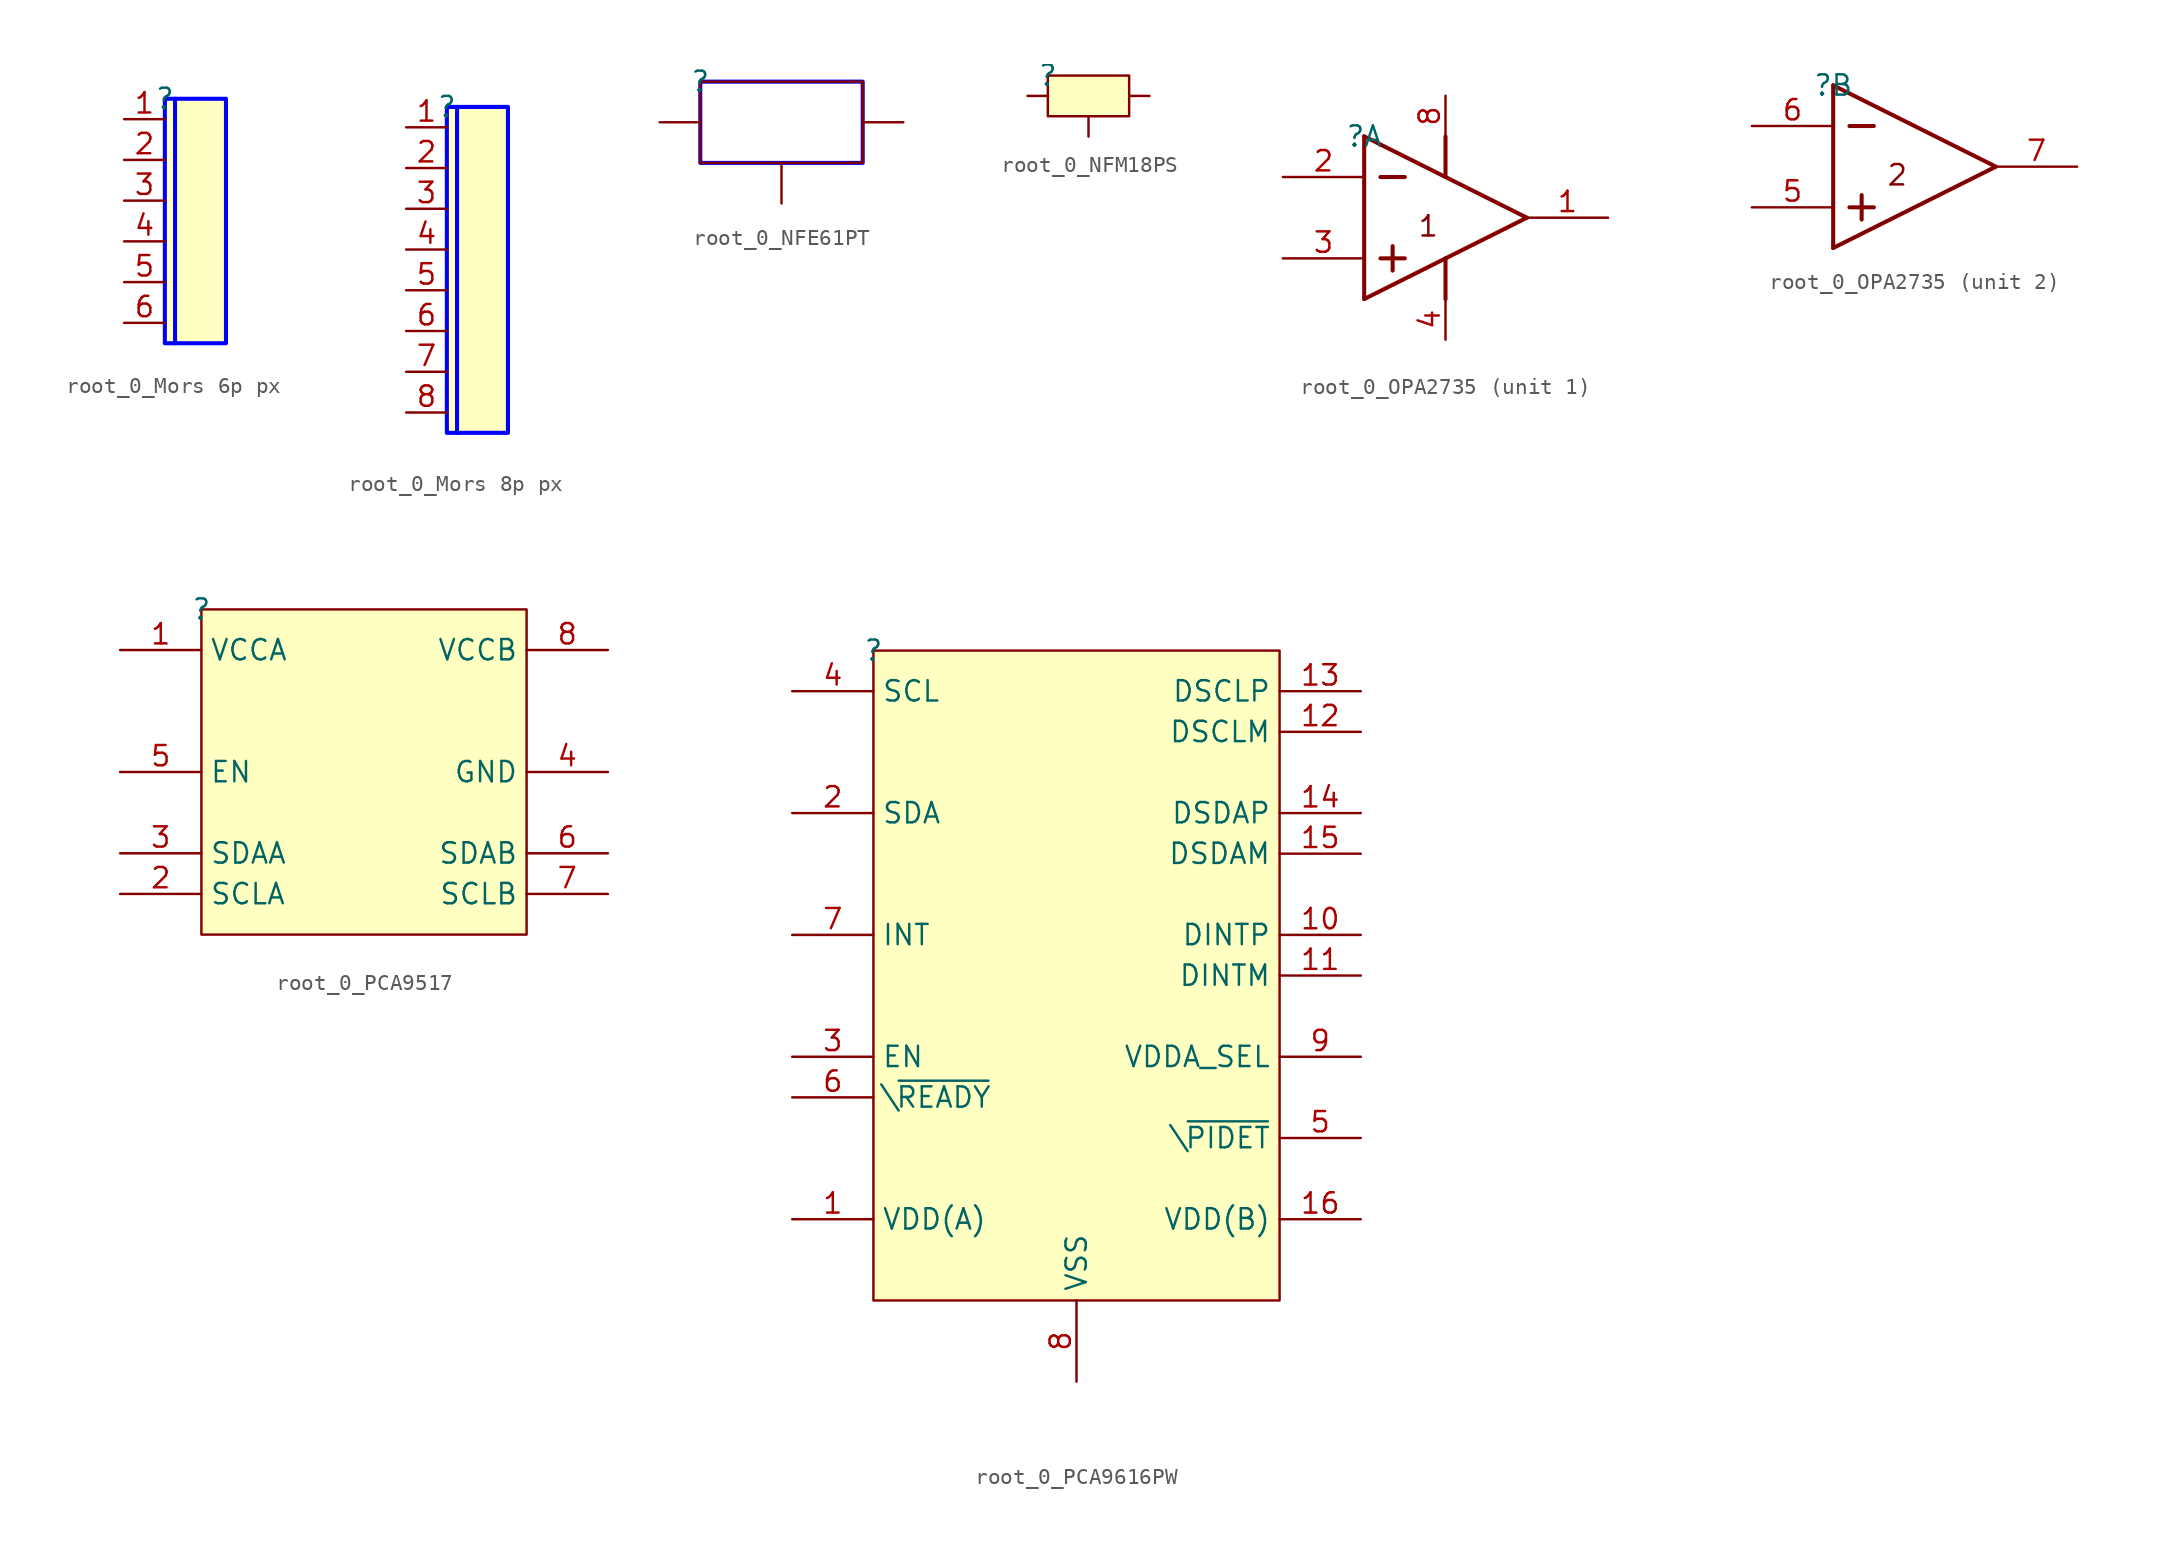
<source format=kicad_sym>
(kicad_symbol_lib
  (version 20220914)
  (generator kicad_symbol_editor)
  (symbol "root_0_Mors 6p px"
    (property "Reference" ""
      (at 0 0 0)
      (effects (font (size 1.27 1.27))))
    (property "Value" ""
      (at 0 0 0)
      (effects (font (size 1.27 1.27))))
    (symbol "root_0_Mors 6p px_1_0"
      (polyline (pts (xy 0.635 0) (xy 0.635 -15.24)) (stroke (width 0.254) (type solid) (color 0 0 255 1)) (fill (type none)))
      (polyline (pts (xy 3.81 -15.24) (xy 0 -15.24) (xy 0 0) (xy 3.81 0) (xy 3.81 -15.24)) (stroke (width 0.254) (type solid) (color 0 0 255 1)) (fill (type none)))
      (rectangle (start 3.81 0) (end 0 -15.24) (stroke (width 0) (type solid)) (fill (type background)))
      (pin passive line (at -2.54 -1.27 0) (length 2.54) (name "1" (effects (font (size 0 0)))) (number "1" (effects (font (size 1.27 1.27)))))
      (pin passive line (at -2.54 -3.81 0) (length 2.54) (name "2" (effects (font (size 0 0)))) (number "2" (effects (font (size 1.27 1.27)))))
      (pin passive line (at -2.54 -6.35 0) (length 2.54) (name "3" (effects (font (size 0 0)))) (number "3" (effects (font (size 1.27 1.27)))))
      (pin passive line (at -2.54 -8.89 0) (length 2.54) (name "4" (effects (font (size 0 0)))) (number "4" (effects (font (size 1.27 1.27)))))
      (pin passive line (at -2.54 -11.43 0) (length 2.54) (name "5" (effects (font (size 0 0)))) (number "5" (effects (font (size 1.27 1.27)))))
      (pin passive line (at -2.54 -13.97 0) (length 2.54) (name "6" (effects (font (size 0 0)))) (number "6" (effects (font (size 1.27 1.27)))))))
  (symbol "root_0_Mors 8p px"
    (property "Reference" ""
      (at 0 0 0)
      (effects (font (size 1.27 1.27))))
    (property "Value" ""
      (at 0 0 0)
      (effects (font (size 1.27 1.27))))
    (symbol "root_0_Mors 8p px_1_0"
      (polyline (pts (xy 0.635 0) (xy 0.635 -20.32)) (stroke (width 0.254) (type solid) (color 0 0 255 1)) (fill (type none)))
      (polyline (pts (xy 3.81 -20.32) (xy 0 -20.32) (xy 0 0) (xy 3.81 0) (xy 3.81 -20.32)) (stroke (width 0.254) (type solid) (color 0 0 255 1)) (fill (type none)))
      (rectangle (start 3.81 0) (end 0 -20.32) (stroke (width 0) (type solid)) (fill (type background)))
      (pin passive line (at -2.54 -1.27 0) (length 2.54) (name "1" (effects (font (size 0 0)))) (number "1" (effects (font (size 1.27 1.27)))))
      (pin passive line (at -2.54 -3.81 0) (length 2.54) (name "2" (effects (font (size 0 0)))) (number "2" (effects (font (size 1.27 1.27)))))
      (pin passive line (at -2.54 -6.35 0) (length 2.54) (name "3" (effects (font (size 0 0)))) (number "3" (effects (font (size 1.27 1.27)))))
      (pin passive line (at -2.54 -8.89 0) (length 2.54) (name "4" (effects (font (size 0 0)))) (number "4" (effects (font (size 1.27 1.27)))))
      (pin passive line (at -2.54 -11.43 0) (length 2.54) (name "5" (effects (font (size 0 0)))) (number "5" (effects (font (size 1.27 1.27)))))
      (pin passive line (at -2.54 -13.97 0) (length 2.54) (name "6" (effects (font (size 0 0)))) (number "6" (effects (font (size 1.27 1.27)))))
      (pin passive line (at -2.54 -16.51 0) (length 2.54) (name "7" (effects (font (size 0 0)))) (number "7" (effects (font (size 1.27 1.27)))))
      (pin passive line (at -2.54 -19.05 0) (length 2.54) (name "8" (effects (font (size 0 0)))) (number "8" (effects (font (size 1.27 1.27)))))))
  (symbol "root_0_NFE61PT"
    (property "Reference" ""
      (at 0 0 0)
      (effects (font (size 1.27 1.27))))
    (property "Value" ""
      (at 0 0 0)
      (effects (font (size 1.27 1.27))))
    (symbol "root_0_NFE61PT_1_0"
      (polyline (pts (xy 10.16 0) (xy 0 0) (xy 0 -5.08) (xy 10.16 -5.08) (xy 10.16 0)) (stroke (width 0.254) (type solid) (color 0 0 255 1)) (fill (type none)))
      (rectangle (start 10.16 0) (end 0 -5.08) (stroke (width 0) (type solid)) (fill (type none)))
      (pin passive line (at -2.54 -2.54 0) (length 2.54) (name "I" (effects (font (size 0 0)))) (number "1" (effects (font (size 0 0)))))
      (pin passive line (at 12.7 -2.54 180) (length 2.54) (name "O" (effects (font (size 0 0)))) (number "2" (effects (font (size 0 0)))))
      (pin passive line (at 5.08 -7.62 90) (length 2.54) (name "" (effects (font (size 0 0)))) (number "3" (effects (font (size 0 0)))))))
  (symbol "root_0_NFM18PS"
    (property "Reference" ""
      (at 0 0 0)
      (effects (font (size 1.27 1.27))))
    (property "Value" ""
      (at 0 0 0)
      (effects (font (size 1.27 1.27))))
    (symbol "root_0_NFM18PS_1_0"
      (rectangle (start 5.08 0) (end 0 -2.54) (stroke (width 0) (type solid)) (fill (type background)))
      (pin passive line (at -1.27 -1.27 0) (length 1.27) (name "I" (effects (font (size 0 0)))) (number "1" (effects (font (size 0 0)))))
      (pin passive line (at 6.35 -1.27 180) (length 1.27) (name "O" (effects (font (size 0 0)))) (number "2" (effects (font (size 0 0)))))
      (pin passive line (at 2.54 -3.81 90) (length 1.27) (name "M" (effects (font (size 0 0)))) (number "3" (effects (font (size 0 0)))))))
  (symbol "root_0_OPA2735"
    (property "Reference" ""
      (at 0 0 0)
      (effects (font (size 1.27 1.27))))
    (property "Value" ""
      (at 0 0 0)
      (effects (font (size 1.27 1.27))))
    (symbol "root_0_OPA2735_1_0"
      (polyline (pts (xy 0 -10.16) (xy 10.16 -5.08)) (stroke (width 0.254) (type solid)) (fill (type none)))
      (polyline (pts (xy 0 0) (xy 0 -10.16)) (stroke (width 0.254) (type solid)) (fill (type none)))
      (polyline (pts (xy 0 0) (xy 10.16 -5.08)) (stroke (width 0.254) (type solid)) (fill (type none)))
      (polyline (pts (xy 1.016 -7.62) (xy 2.54 -7.62)) (stroke (width 0.254) (type solid)) (fill (type none)))
      (polyline (pts (xy 1.016 -2.54) (xy 2.54 -2.54)) (stroke (width 0.254) (type solid)) (fill (type none)))
      (polyline (pts (xy 1.778 -6.858) (xy 1.778 -8.382)) (stroke (width 0.254) (type solid)) (fill (type none)))
      (polyline (pts (xy 5.08 -7.62) (xy 5.08 -10.16)) (stroke (width 0.254) (type solid)) (fill (type none)))
      (polyline (pts (xy 5.08 0) (xy 5.08 -2.54)) (stroke (width 0.254) (type solid)) (fill (type none)))
      (text "1" (at 3.302 -6.35 0) (effects (font (size 1.27 1.27)) (justify left bottom)))
      (pin output line (at 15.24 -5.08 180) (length 5.08) (name "OUT" (effects (font (size 0 0)))) (number "1" (effects (font (size 1.27 1.27)))))
      (pin input line (at -5.08 -2.54 0) (length 5.08) (name "IN-" (effects (font (size 0 0)))) (number "2" (effects (font (size 1.27 1.27)))))
      (pin input line (at -5.08 -7.62 0) (length 5.08) (name "IN+" (effects (font (size 0 0)))) (number "3" (effects (font (size 1.27 1.27)))))
      (pin power_in line (at 5.08 -12.7 90) (length 2.54) (name "V-" (effects (font (size 0 0)))) (number "4" (effects (font (size 1.27 1.27)))))
      (pin power_in line (at 5.08 2.54 270) (length 2.54) (name "V+" (effects (font (size 0 0)))) (number "8" (effects (font (size 1.27 1.27))))))
    (symbol "root_0_OPA2735_2_0"
      (polyline (pts (xy 0 -10.16) (xy 10.16 -5.08)) (stroke (width 0.254) (type solid)) (fill (type none)))
      (polyline (pts (xy 0 0) (xy 0 -10.16)) (stroke (width 0.254) (type solid)) (fill (type none)))
      (polyline (pts (xy 0 0) (xy 10.16 -5.08)) (stroke (width 0.254) (type solid)) (fill (type none)))
      (polyline (pts (xy 1.016 -7.62) (xy 2.54 -7.62)) (stroke (width 0.254) (type solid)) (fill (type none)))
      (polyline (pts (xy 1.016 -2.54) (xy 2.54 -2.54)) (stroke (width 0.254) (type solid)) (fill (type none)))
      (polyline (pts (xy 1.778 -6.858) (xy 1.778 -8.382)) (stroke (width 0.254) (type solid)) (fill (type none)))
      (text "2" (at 3.302 -6.35 0) (effects (font (size 1.27 1.27)) (justify left bottom)))
      (pin input line (at -5.08 -7.62 0) (length 5.08) (name "IN+" (effects (font (size 0 0)))) (number "5" (effects (font (size 1.27 1.27)))))
      (pin input line (at -5.08 -2.54 0) (length 5.08) (name "IN-" (effects (font (size 0 0)))) (number "6" (effects (font (size 1.27 1.27)))))
      (pin output line (at 15.24 -5.08 180) (length 5.08) (name "OUT" (effects (font (size 0 0)))) (number "7" (effects (font (size 1.27 1.27)))))))
  (symbol "root_0_PCA9517"
    (property "Reference" ""
      (at 0 0 0)
      (effects (font (size 1.27 1.27))))
    (property "Value" ""
      (at 0 0 0)
      (effects (font (size 1.27 1.27))))
    (symbol "root_0_PCA9517_1_0"
      (rectangle (start 20.32 0) (end 0 -20.32) (stroke (width 0) (type solid)) (fill (type background)))
      (pin power_in line (at -5.08 -2.54 0) (length 5.08) (name "VCCA" (effects (font (size 1.27 1.27)))) (number "1" (effects (font (size 1.27 1.27)))))
      (pin passive line (at -5.08 -17.78 0) (length 5.08) (name "SCLA" (effects (font (size 1.27 1.27)))) (number "2" (effects (font (size 1.27 1.27)))))
      (pin passive line (at -5.08 -15.24 0) (length 5.08) (name "SDAA" (effects (font (size 1.27 1.27)))) (number "3" (effects (font (size 1.27 1.27)))))
      (pin power_in line (at 25.4 -10.16 180) (length 5.08) (name "GND" (effects (font (size 1.27 1.27)))) (number "4" (effects (font (size 1.27 1.27)))))
      (pin passive line (at -5.08 -10.16 0) (length 5.08) (name "EN" (effects (font (size 1.27 1.27)))) (number "5" (effects (font (size 1.27 1.27)))))
      (pin passive line (at 25.4 -15.24 180) (length 5.08) (name "SDAB" (effects (font (size 1.27 1.27)))) (number "6" (effects (font (size 1.27 1.27)))))
      (pin passive line (at 25.4 -17.78 180) (length 5.08) (name "SCLB" (effects (font (size 1.27 1.27)))) (number "7" (effects (font (size 1.27 1.27)))))
      (pin power_in line (at 25.4 -2.54 180) (length 5.08) (name "VCCB" (effects (font (size 1.27 1.27)))) (number "8" (effects (font (size 1.27 1.27)))))))
  (symbol "root_0_PCA9616PW"
    (property "Reference" ""
      (at 0 0 0)
      (effects (font (size 1.27 1.27))))
    (property "Value" ""
      (at 0 0 0)
      (effects (font (size 1.27 1.27))))
    (symbol "root_0_PCA9616PW_1_0"
      (rectangle (start 25.4 0) (end 0 -40.64) (stroke (width 0) (type solid)) (fill (type background)))
      (pin power_in line (at -5.08 -35.56 0) (length 5.08) (name "VDD(A)" (effects (font (size 1.27 1.27)))) (number "1" (effects (font (size 1.27 1.27)))))
      (pin passive line (at 30.48 -17.78 180) (length 5.08) (name "DINTP" (effects (font (size 1.27 1.27)))) (number "10" (effects (font (size 1.27 1.27)))))
      (pin passive line (at 30.48 -20.32 180) (length 5.08) (name "DINTM" (effects (font (size 1.27 1.27)))) (number "11" (effects (font (size 1.27 1.27)))))
      (pin passive line (at 30.48 -5.08 180) (length 5.08) (name "DSCLM" (effects (font (size 1.27 1.27)))) (number "12" (effects (font (size 1.27 1.27)))))
      (pin passive line (at 30.48 -2.54 180) (length 5.08) (name "DSCLP" (effects (font (size 1.27 1.27)))) (number "13" (effects (font (size 1.27 1.27)))))
      (pin passive line (at 30.48 -10.16 180) (length 5.08) (name "DSDAP" (effects (font (size 1.27 1.27)))) (number "14" (effects (font (size 1.27 1.27)))))
      (pin passive line (at 30.48 -12.7 180) (length 5.08) (name "DSDAM" (effects (font (size 1.27 1.27)))) (number "15" (effects (font (size 1.27 1.27)))))
      (pin power_in line (at 30.48 -35.56 180) (length 5.08) (name "VDD(B)" (effects (font (size 1.27 1.27)))) (number "16" (effects (font (size 1.27 1.27)))))
      (pin passive line (at -5.08 -10.16 0) (length 5.08) (name "SDA" (effects (font (size 1.27 1.27)))) (number "2" (effects (font (size 1.27 1.27)))))
      (pin input line (at -5.08 -25.4 0) (length 5.08) (name "EN" (effects (font (size 1.27 1.27)))) (number "3" (effects (font (size 1.27 1.27)))))
      (pin passive line (at -5.08 -2.54 0) (length 5.08) (name "SCL" (effects (font (size 1.27 1.27)))) (number "4" (effects (font (size 1.27 1.27)))))
      (pin passive line (at 30.48 -30.48 180) (length 5.08) (name "\\~{PIDET}" (effects (font (size 1.27 1.27)))) (number "5" (effects (font (size 1.27 1.27)))))
      (pin passive line (at -5.08 -27.94 0) (length 5.08) (name "\\~{READY}" (effects (font (size 1.27 1.27)))) (number "6" (effects (font (size 1.27 1.27)))))
      (pin passive line (at -5.08 -17.78 0) (length 5.08) (name "INT" (effects (font (size 1.27 1.27)))) (number "7" (effects (font (size 1.27 1.27)))))
      (pin power_in line (at 12.7 -45.72 90) (length 5.08) (name "VSS" (effects (font (size 1.27 1.27)))) (number "8" (effects (font (size 1.27 1.27)))))
      (pin passive line (at 30.48 -25.4 180) (length 5.08) (name "VDDA_SEL" (effects (font (size 1.27 1.27)))) (number "9" (effects (font (size 1.27 1.27))))))))
</source>
